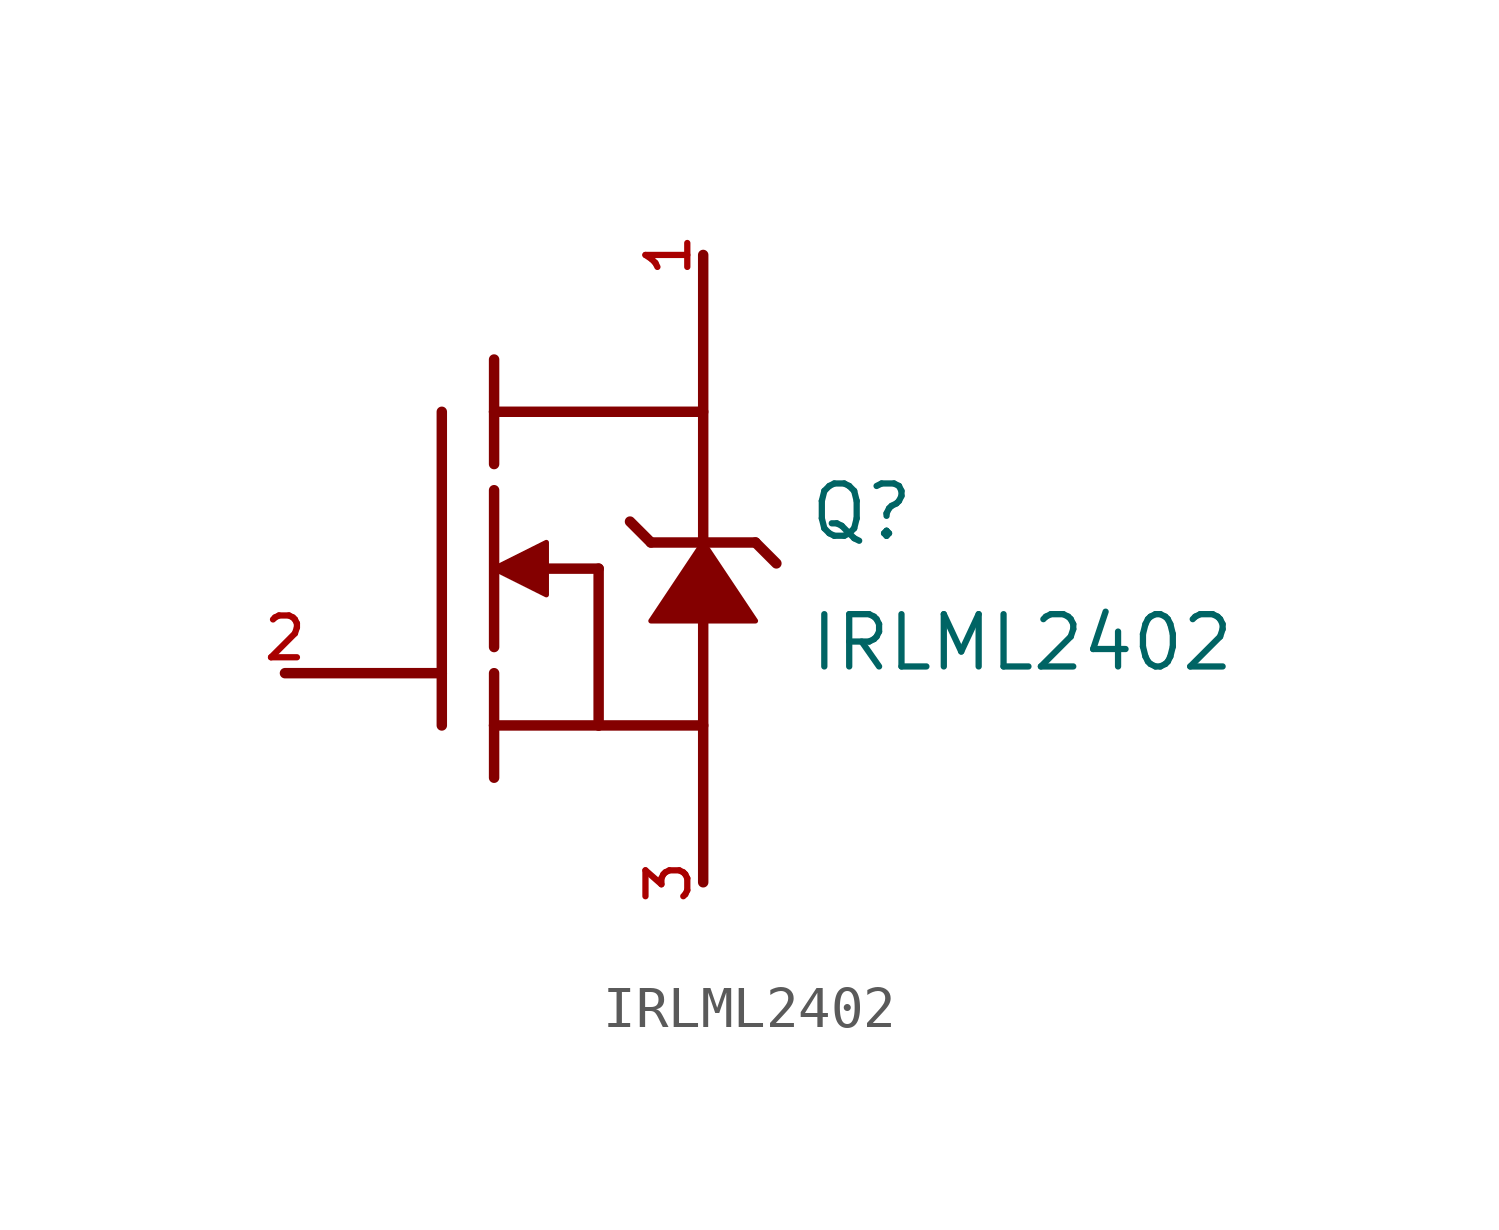
<source format=kicad_sym>
(kicad_symbol_lib
  (version 20211014)
  (generator kicad_symbol_editor)
  (symbol "IRLML2402"
    (pin_names
      (offset 1.016))
    (property "Reference" "Q"
      (at 2.54 0.635 0)
      (effects (font (size 1.27 1.27)) (justify bottom left)))
    (property "Value" "IRLML2402"
      (at 2.54 -2.54 0)
      (effects (font (size 1.27 1.27)) (justify bottom left)))
    (symbol "IRLML2402_0_0"
      (polyline (pts (xy -5.08 1.905) (xy -5.08 -1.905)) (stroke (width 0.254)))
      (polyline (pts (xy -5.08 5.08) (xy -5.08 3.81)) (stroke (width 0.254)))
      (polyline (pts (xy -5.08 3.81) (xy -5.08 2.54)) (stroke (width 0.254)))
      (polyline (pts (xy -5.08 -2.54) (xy -5.08 -3.81)) (stroke (width 0.254)))
      (polyline (pts (xy -5.08 -3.81) (xy -5.08 -5.08)) (stroke (width 0.254)))
      (polyline (pts (xy -6.35 3.81) (xy -6.35 -2.54)) (stroke (width 0.254)))
      (polyline (pts (xy -6.35 -2.54) (xy -6.35 -3.81)) (stroke (width 0.254)))
      (polyline (pts (xy -5.08 -3.81) (xy -2.54 -3.81)) (stroke (width 0.254)))
      (polyline (pts (xy -2.54 -3.81) (xy 0.0 -3.81)) (stroke (width 0.254)))
      (polyline (pts (xy -5.08 3.81) (xy 0.0 3.81)) (stroke (width 0.254)))
      (polyline (pts (xy -10.16 -2.54) (xy -6.35 -2.54)) (stroke (width 0.254)))
      (polyline (pts (xy 0.0 7.62) (xy 0.0 -7.62)) (stroke (width 0.254)))
      (polyline (pts (xy -1.27 0.635) (xy 1.27 0.635)) (stroke (width 0.254)))
      (polyline (pts (xy 1.27 0.635) (xy 1.778 0.127)) (stroke (width 0.254)))
      (polyline (pts (xy -1.27 0.635) (xy -1.778 1.143)) (stroke (width 0.254)))
      (polyline (pts (xy -3.81 0.0) (xy -2.54 0.0)) (stroke (width 0.254)))
      (polyline (pts (xy -2.54 0.0) (xy -2.54 -3.81)) (stroke (width 0.254)))
      (polyline (pts (xy -5.08 0.0) (xy -3.81 -0.635) (xy -3.81 0.635) (xy -5.08 0.0)) (stroke (width 0.127)) (fill (type outline)))
      (polyline (pts (xy 0.0 0.635) (xy -1.27 -1.27) (xy 1.27 -1.27) (xy 0.0 0.635)) (stroke (width 0.127)) (fill (type outline)))
      (pin input line (at -10.16 -2.54 0) (length 0) (name "~" (effects (font (size 1.016 1.016)))) (number "2" (effects (font (size 1.016 1.016)))))
      (pin passive line (at 0.0 7.62 270.0) (length 0) (name "~" (effects (font (size 1.016 1.016)))) (number "1" (effects (font (size 1.016 1.016)))))
      (pin passive line (at 0.0 -7.62 90.0) (length 0) (name "~" (effects (font (size 1.016 1.016)))) (number "3" (effects (font (size 1.016 1.016))))))))
</source>
